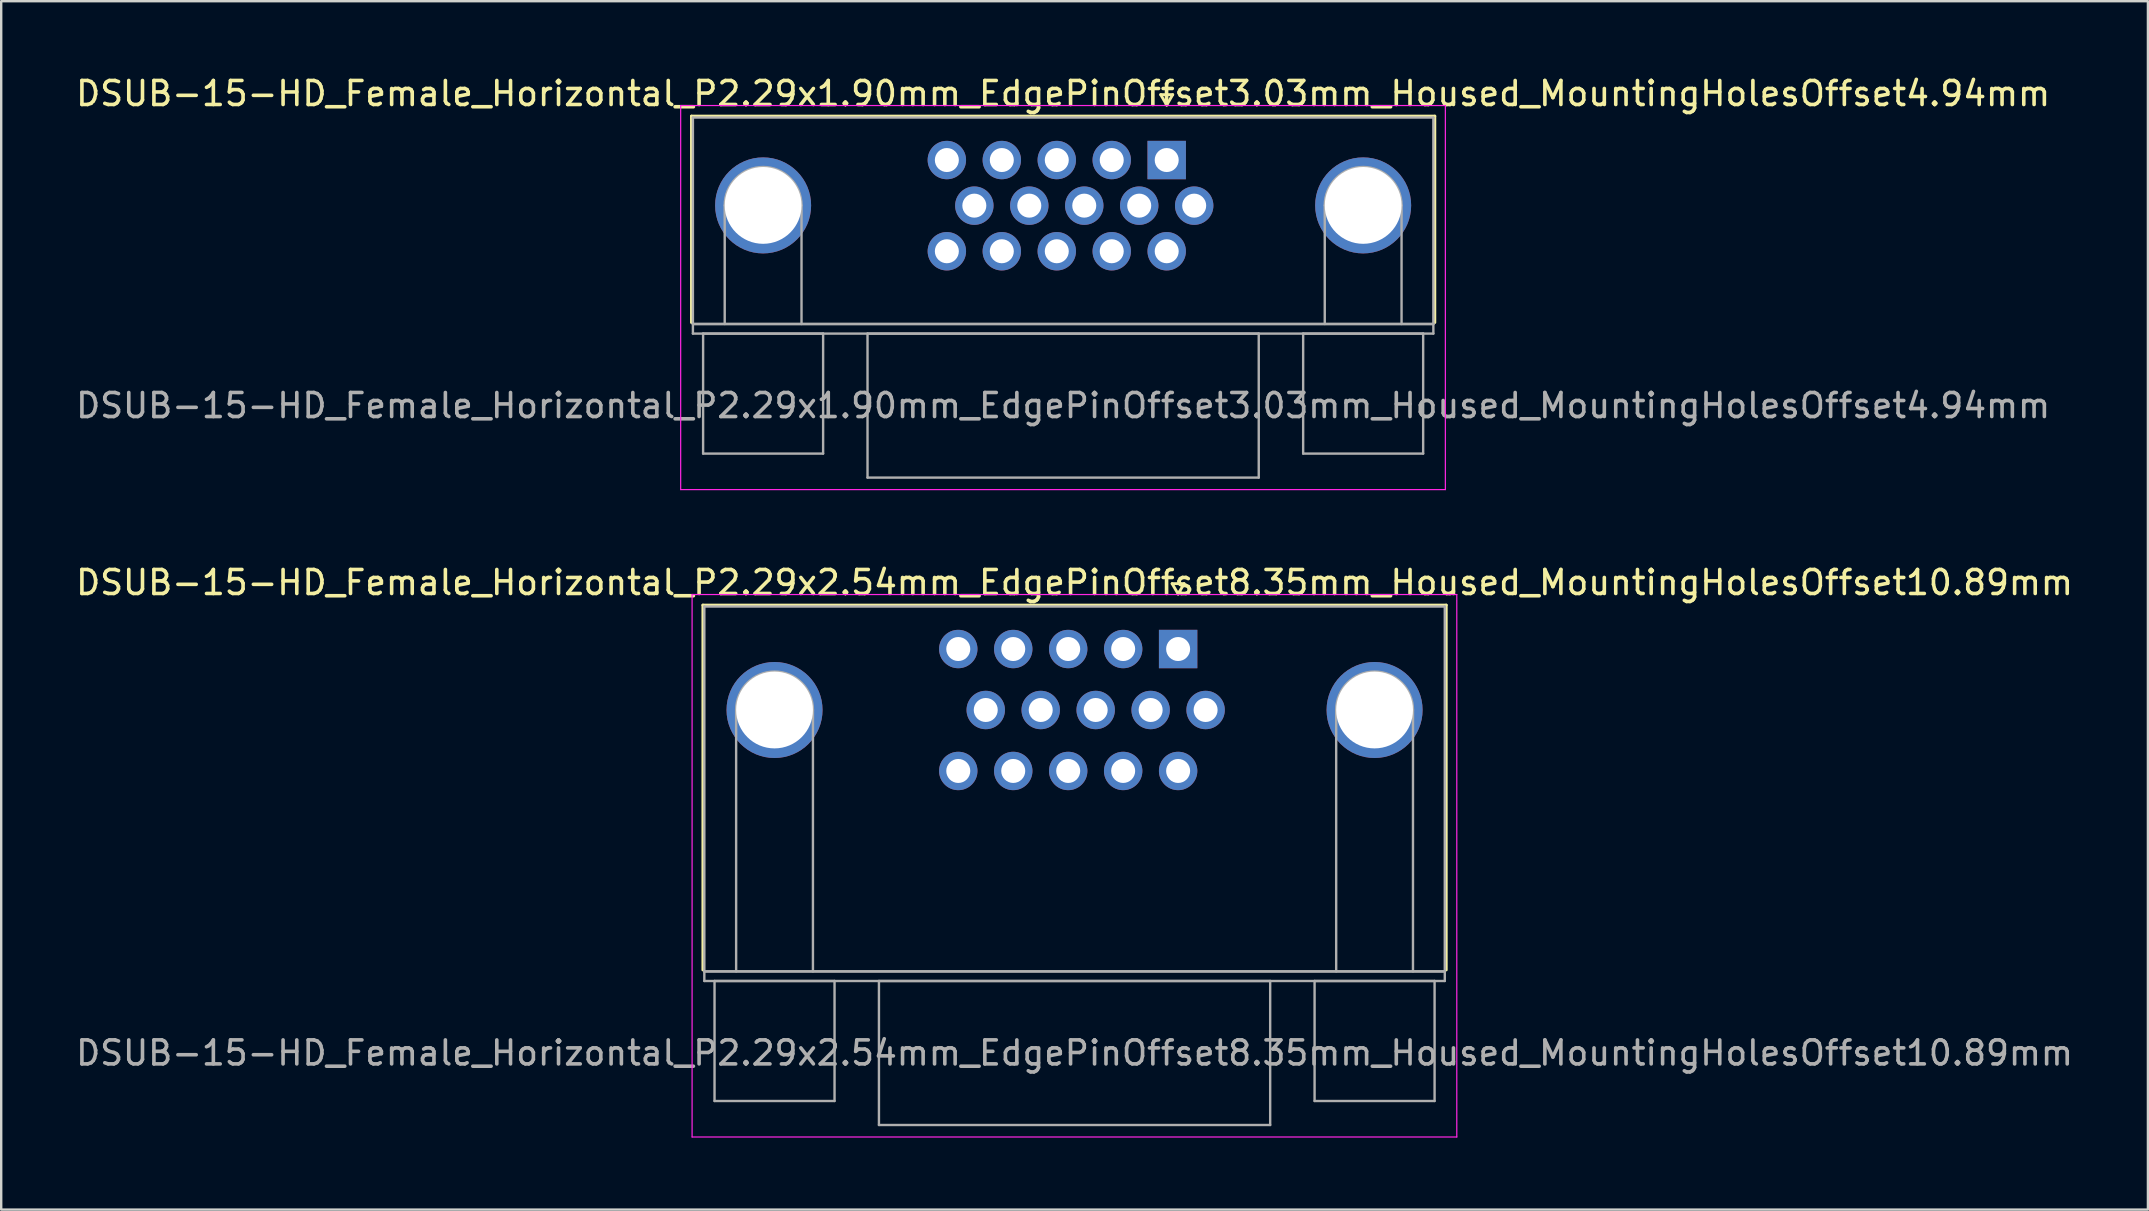
<source format=kicad_pcb>
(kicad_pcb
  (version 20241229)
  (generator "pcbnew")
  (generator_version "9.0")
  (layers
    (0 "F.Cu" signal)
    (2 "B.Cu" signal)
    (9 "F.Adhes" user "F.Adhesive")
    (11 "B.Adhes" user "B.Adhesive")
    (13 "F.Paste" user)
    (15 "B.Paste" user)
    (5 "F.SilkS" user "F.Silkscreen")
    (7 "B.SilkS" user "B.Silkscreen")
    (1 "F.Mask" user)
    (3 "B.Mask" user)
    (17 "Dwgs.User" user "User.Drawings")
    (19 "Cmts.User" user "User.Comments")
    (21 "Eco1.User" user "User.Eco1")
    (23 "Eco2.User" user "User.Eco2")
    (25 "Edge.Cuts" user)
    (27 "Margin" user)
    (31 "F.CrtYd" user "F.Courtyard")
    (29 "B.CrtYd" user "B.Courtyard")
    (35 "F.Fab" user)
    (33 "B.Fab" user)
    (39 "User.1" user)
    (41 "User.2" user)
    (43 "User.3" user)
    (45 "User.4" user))
  (footprint "DSUB-15-HD_Female_Horizontal_P2.29x1.90mm_EdgePinOffset3.03mm_Housed_MountingHolesOffset4.94mm"
    (layer "F.Cu")
    (at 45.559 3.618)
    (property "Reference" "DSUB-15-HD_Female_Horizontal_P2.29x1.90mm_EdgePinOffset3.03mm_Housed_MountingHolesOffset4.94mm" (at -4.315 -2.77 0) (layer "F.SilkS") (effects (font (size 1 1) (thickness 0.15))))
    (attr through_hole)
    (fp_line (start -19.8 -1.83) (end 11.17 -1.83) (stroke (width 0.12) (type solid)) (layer "F.SilkS"))
    (fp_line (start -19.8 6.77) (end -19.8 -1.83) (stroke (width 0.12) (type solid)) (layer "F.SilkS"))
    (fp_line (start -0.25 -2.724) (end 0.25 -2.724) (stroke (width 0.12) (type solid)) (layer "F.SilkS"))
    (fp_line (start 0 -2.291) (end -0.25 -2.724) (stroke (width 0.12) (type solid)) (layer "F.SilkS"))
    (fp_line (start 0.25 -2.724) (end 0 -2.291) (stroke (width 0.12) (type solid)) (layer "F.SilkS"))
    (fp_line (start 11.17 -1.83) (end 11.17 6.77) (stroke (width 0.12) (type solid)) (layer "F.SilkS"))
    (fp_line (start -20.25 -2.27) (end -20.25 13.73) (stroke (width 0.05) (type solid)) (layer "F.CrtYd"))
    (fp_line (start -20.25 13.73) (end 11.61 13.73) (stroke (width 0.05) (type solid)) (layer "F.CrtYd"))
    (fp_line (start 11.61 -2.27) (end -20.25 -2.27) (stroke (width 0.05) (type solid)) (layer "F.CrtYd"))
    (fp_line (start 11.61 13.73) (end 11.61 -2.27) (stroke (width 0.05) (type solid)) (layer "F.CrtYd"))
    (fp_line (start -19.74 -1.77) (end -19.74 6.83) (stroke (width 0.1) (type solid)) (layer "F.Fab"))
    (fp_line (start -19.74 6.83) (end -19.74 7.23) (stroke (width 0.1) (type solid)) (layer "F.Fab"))
    (fp_line (start -19.74 6.83) (end 11.11 6.83) (stroke (width 0.1) (type solid)) (layer "F.Fab"))
    (fp_line (start -19.74 7.23) (end 11.11 7.23) (stroke (width 0.1) (type solid)) (layer "F.Fab"))
    (fp_line (start -19.315 7.23) (end -19.315 12.23) (stroke (width 0.1) (type solid)) (layer "F.Fab"))
    (fp_line (start -19.315 12.23) (end -14.315 12.23) (stroke (width 0.1) (type solid)) (layer "F.Fab"))
    (fp_line (start -18.415 6.83) (end -18.415 1.89) (stroke (width 0.1) (type solid)) (layer "F.Fab"))
    (fp_line (start -15.215 6.83) (end -15.215 1.89) (stroke (width 0.1) (type solid)) (layer "F.Fab"))
    (fp_line (start -14.315 7.23) (end -19.315 7.23) (stroke (width 0.1) (type solid)) (layer "F.Fab"))
    (fp_line (start -14.315 12.23) (end -14.315 7.23) (stroke (width 0.1) (type solid)) (layer "F.Fab"))
    (fp_line (start -12.465 7.23) (end -12.465 13.23) (stroke (width 0.1) (type solid)) (layer "F.Fab"))
    (fp_line (start -12.465 13.23) (end 3.835 13.23) (stroke (width 0.1) (type solid)) (layer "F.Fab"))
    (fp_line (start 3.835 7.23) (end -12.465 7.23) (stroke (width 0.1) (type solid)) (layer "F.Fab"))
    (fp_line (start 3.835 13.23) (end 3.835 7.23) (stroke (width 0.1) (type solid)) (layer "F.Fab"))
    (fp_line (start 5.685 7.23) (end 5.685 12.23) (stroke (width 0.1) (type solid)) (layer "F.Fab"))
    (fp_line (start 5.685 12.23) (end 10.685 12.23) (stroke (width 0.1) (type solid)) (layer "F.Fab"))
    (fp_line (start 6.585 6.83) (end 6.585 1.89) (stroke (width 0.1) (type solid)) (layer "F.Fab"))
    (fp_line (start 9.785 6.83) (end 9.785 1.89) (stroke (width 0.1) (type solid)) (layer "F.Fab"))
    (fp_line (start 10.685 7.23) (end 5.685 7.23) (stroke (width 0.1) (type solid)) (layer "F.Fab"))
    (fp_line (start 10.685 12.23) (end 10.685 7.23) (stroke (width 0.1) (type solid)) (layer "F.Fab"))
    (fp_line (start 11.11 -1.77) (end -19.74 -1.77) (stroke (width 0.1) (type solid)) (layer "F.Fab"))
    (fp_line (start 11.11 6.83) (end -19.74 6.83) (stroke (width 0.1) (type solid)) (layer "F.Fab"))
    (fp_line (start 11.11 6.83) (end 11.11 -1.77) (stroke (width 0.1) (type solid)) (layer "F.Fab"))
    (fp_line (start 11.11 7.23) (end 11.11 6.83) (stroke (width 0.1) (type solid)) (layer "F.Fab"))
    (fp_arc (start -18.415 1.89) (mid -16.815 0.29) (end -15.215 1.89) (stroke (width 0.1) (type solid)) (layer "F.Fab"))
    (fp_arc (start 6.585 1.89) (mid 8.185 0.29) (end 9.785 1.89) (stroke (width 0.1) (type solid)) (layer "F.Fab"))
    (fp_text user "${REFERENCE}" (at -4.315 10.23 0) (layer "F.Fab") (effects (font (size 1 1) (thickness 0.15))))
    (pad "0" thru_hole circle (at -16.815 1.89) (size 4 4) (drill 3.2) (layers "*.Cu" "*.Mask"))
    (pad "0" thru_hole circle (at 8.185 1.89) (size 4 4) (drill 3.2) (layers "*.Cu" "*.Mask"))
    (pad "1" thru_hole rect (at 0 0) (size 1.6 1.6) (drill 1) (layers "*.Cu" "*.Mask"))
    (pad "2" thru_hole circle (at -2.29 0) (size 1.6 1.6) (drill 1) (layers "*.Cu" "*.Mask"))
    (pad "3" thru_hole circle (at -4.58 0) (size 1.6 1.6) (drill 1) (layers "*.Cu" "*.Mask"))
    (pad "4" thru_hole circle (at -6.87 0) (size 1.6 1.6) (drill 1) (layers "*.Cu" "*.Mask"))
    (pad "5" thru_hole circle (at -9.16 0) (size 1.6 1.6) (drill 1) (layers "*.Cu" "*.Mask"))
    (pad "6" thru_hole circle (at 1.145 1.9) (size 1.6 1.6) (drill 1) (layers "*.Cu" "*.Mask"))
    (pad "7" thru_hole circle (at -1.145 1.9) (size 1.6 1.6) (drill 1) (layers "*.Cu" "*.Mask"))
    (pad "8" thru_hole circle (at -3.435 1.9) (size 1.6 1.6) (drill 1) (layers "*.Cu" "*.Mask"))
    (pad "9" thru_hole circle (at -5.725 1.9) (size 1.6 1.6) (drill 1) (layers "*.Cu" "*.Mask"))
    (pad "10" thru_hole circle (at -8.015 1.9) (size 1.6 1.6) (drill 1) (layers "*.Cu" "*.Mask"))
    (pad "11" thru_hole circle (at 0 3.8) (size 1.6 1.6) (drill 1) (layers "*.Cu" "*.Mask"))
    (pad "12" thru_hole circle (at -2.29 3.8) (size 1.6 1.6) (drill 1) (layers "*.Cu" "*.Mask"))
    (pad "13" thru_hole circle (at -4.58 3.8) (size 1.6 1.6) (drill 1) (layers "*.Cu" "*.Mask"))
    (pad "14" thru_hole circle (at -6.87 3.8) (size 1.6 1.6) (drill 1) (layers "*.Cu" "*.Mask"))
    (pad "15" thru_hole circle (at -9.16 3.8) (size 1.6 1.6) (drill 1) (layers "*.Cu" "*.Mask")))
  (footprint "DSUB-15-HD_Female_Horizontal_P2.29x2.54mm_EdgePinOffset8.35mm_Housed_MountingHolesOffset10.89mm"
    (layer "F.Cu")
    (at 46.035 23.991)
    (property "Reference" "DSUB-15-HD_Female_Horizontal_P2.29x2.54mm_EdgePinOffset8.35mm_Housed_MountingHolesOffset10.89mm" (at -4.315 -2.77 0) (layer "F.SilkS") (effects (font (size 1 1) (thickness 0.15))))
    (attr through_hole)
    (fp_line (start -19.8 -1.83) (end 11.17 -1.83) (stroke (width 0.12) (type solid)) (layer "F.SilkS"))
    (fp_line (start -19.8 13.37) (end -19.8 -1.83) (stroke (width 0.12) (type solid)) (layer "F.SilkS"))
    (fp_line (start -0.25 -2.724) (end 0.25 -2.724) (stroke (width 0.12) (type solid)) (layer "F.SilkS"))
    (fp_line (start 0 -2.291) (end -0.25 -2.724) (stroke (width 0.12) (type solid)) (layer "F.SilkS"))
    (fp_line (start 0.25 -2.724) (end 0 -2.291) (stroke (width 0.12) (type solid)) (layer "F.SilkS"))
    (fp_line (start 11.17 -1.83) (end 11.17 13.37) (stroke (width 0.12) (type solid)) (layer "F.SilkS"))
    (fp_line (start -20.25 -2.27) (end -20.25 20.33) (stroke (width 0.05) (type solid)) (layer "F.CrtYd"))
    (fp_line (start -20.25 20.33) (end 11.61 20.33) (stroke (width 0.05) (type solid)) (layer "F.CrtYd"))
    (fp_line (start 11.61 -2.27) (end -20.25 -2.27) (stroke (width 0.05) (type solid)) (layer "F.CrtYd"))
    (fp_line (start 11.61 20.33) (end 11.61 -2.27) (stroke (width 0.05) (type solid)) (layer "F.CrtYd"))
    (fp_line (start -19.74 -1.77) (end -19.74 13.43) (stroke (width 0.1) (type solid)) (layer "F.Fab"))
    (fp_line (start -19.74 13.43) (end -19.74 13.83) (stroke (width 0.1) (type solid)) (layer "F.Fab"))
    (fp_line (start -19.74 13.43) (end 11.11 13.43) (stroke (width 0.1) (type solid)) (layer "F.Fab"))
    (fp_line (start -19.74 13.83) (end 11.11 13.83) (stroke (width 0.1) (type solid)) (layer "F.Fab"))
    (fp_line (start -19.315 13.83) (end -19.315 18.83) (stroke (width 0.1) (type solid)) (layer "F.Fab"))
    (fp_line (start -19.315 18.83) (end -14.315 18.83) (stroke (width 0.1) (type solid)) (layer "F.Fab"))
    (fp_line (start -18.415 13.43) (end -18.415 2.54) (stroke (width 0.1) (type solid)) (layer "F.Fab"))
    (fp_line (start -15.215 13.43) (end -15.215 2.54) (stroke (width 0.1) (type solid)) (layer "F.Fab"))
    (fp_line (start -14.315 13.83) (end -19.315 13.83) (stroke (width 0.1) (type solid)) (layer "F.Fab"))
    (fp_line (start -14.315 18.83) (end -14.315 13.83) (stroke (width 0.1) (type solid)) (layer "F.Fab"))
    (fp_line (start -12.465 13.83) (end -12.465 19.83) (stroke (width 0.1) (type solid)) (layer "F.Fab"))
    (fp_line (start -12.465 19.83) (end 3.835 19.83) (stroke (width 0.1) (type solid)) (layer "F.Fab"))
    (fp_line (start 3.835 13.83) (end -12.465 13.83) (stroke (width 0.1) (type solid)) (layer "F.Fab"))
    (fp_line (start 3.835 19.83) (end 3.835 13.83) (stroke (width 0.1) (type solid)) (layer "F.Fab"))
    (fp_line (start 5.685 13.83) (end 5.685 18.83) (stroke (width 0.1) (type solid)) (layer "F.Fab"))
    (fp_line (start 5.685 18.83) (end 10.685 18.83) (stroke (width 0.1) (type solid)) (layer "F.Fab"))
    (fp_line (start 6.585 13.43) (end 6.585 2.54) (stroke (width 0.1) (type solid)) (layer "F.Fab"))
    (fp_line (start 9.785 13.43) (end 9.785 2.54) (stroke (width 0.1) (type solid)) (layer "F.Fab"))
    (fp_line (start 10.685 13.83) (end 5.685 13.83) (stroke (width 0.1) (type solid)) (layer "F.Fab"))
    (fp_line (start 10.685 18.83) (end 10.685 13.83) (stroke (width 0.1) (type solid)) (layer "F.Fab"))
    (fp_line (start 11.11 -1.77) (end -19.74 -1.77) (stroke (width 0.1) (type solid)) (layer "F.Fab"))
    (fp_line (start 11.11 13.43) (end -19.74 13.43) (stroke (width 0.1) (type solid)) (layer "F.Fab"))
    (fp_line (start 11.11 13.43) (end 11.11 -1.77) (stroke (width 0.1) (type solid)) (layer "F.Fab"))
    (fp_line (start 11.11 13.83) (end 11.11 13.43) (stroke (width 0.1) (type solid)) (layer "F.Fab"))
    (fp_arc (start -18.415 2.54) (mid -16.815 0.94) (end -15.215 2.54) (stroke (width 0.1) (type solid)) (layer "F.Fab"))
    (fp_arc (start 6.585 2.54) (mid 8.185 0.94) (end 9.785 2.54) (stroke (width 0.1) (type solid)) (layer "F.Fab"))
    (fp_text user "${REFERENCE}" (at -4.315 16.83 0) (layer "F.Fab") (effects (font (size 1 1) (thickness 0.15))))
    (pad "0" thru_hole circle (at -16.815 2.54) (size 4 4) (drill 3.2) (layers "*.Cu" "*.Mask"))
    (pad "0" thru_hole circle (at 8.185 2.54) (size 4 4) (drill 3.2) (layers "*.Cu" "*.Mask"))
    (pad "1" thru_hole rect (at 0 0) (size 1.6 1.6) (drill 1) (layers "*.Cu" "*.Mask"))
    (pad "2" thru_hole circle (at -2.29 0) (size 1.6 1.6) (drill 1) (layers "*.Cu" "*.Mask"))
    (pad "3" thru_hole circle (at -4.58 0) (size 1.6 1.6) (drill 1) (layers "*.Cu" "*.Mask"))
    (pad "4" thru_hole circle (at -6.87 0) (size 1.6 1.6) (drill 1) (layers "*.Cu" "*.Mask"))
    (pad "5" thru_hole circle (at -9.16 0) (size 1.6 1.6) (drill 1) (layers "*.Cu" "*.Mask"))
    (pad "6" thru_hole circle (at 1.145 2.54) (size 1.6 1.6) (drill 1) (layers "*.Cu" "*.Mask"))
    (pad "7" thru_hole circle (at -1.145 2.54) (size 1.6 1.6) (drill 1) (layers "*.Cu" "*.Mask"))
    (pad "8" thru_hole circle (at -3.435 2.54) (size 1.6 1.6) (drill 1) (layers "*.Cu" "*.Mask"))
    (pad "9" thru_hole circle (at -5.725 2.54) (size 1.6 1.6) (drill 1) (layers "*.Cu" "*.Mask"))
    (pad "10" thru_hole circle (at -8.015 2.54) (size 1.6 1.6) (drill 1) (layers "*.Cu" "*.Mask"))
    (pad "11" thru_hole circle (at 0 5.08) (size 1.6 1.6) (drill 1) (layers "*.Cu" "*.Mask"))
    (pad "12" thru_hole circle (at -2.29 5.08) (size 1.6 1.6) (drill 1) (layers "*.Cu" "*.Mask"))
    (pad "13" thru_hole circle (at -4.58 5.08) (size 1.6 1.6) (drill 1) (layers "*.Cu" "*.Mask"))
    (pad "14" thru_hole circle (at -6.87 5.08) (size 1.6 1.6) (drill 1) (layers "*.Cu" "*.Mask"))
    (pad "15" thru_hole circle (at -9.16 5.08) (size 1.6 1.6) (drill 1) (layers "*.Cu" "*.Mask")))
  (gr_rect
    (start -3 -3)
    (end 86.44 47.346)
    (stroke (width 0.1) (type default))
    (fill no)
    (layer "Edge.Cuts")))
</source>
